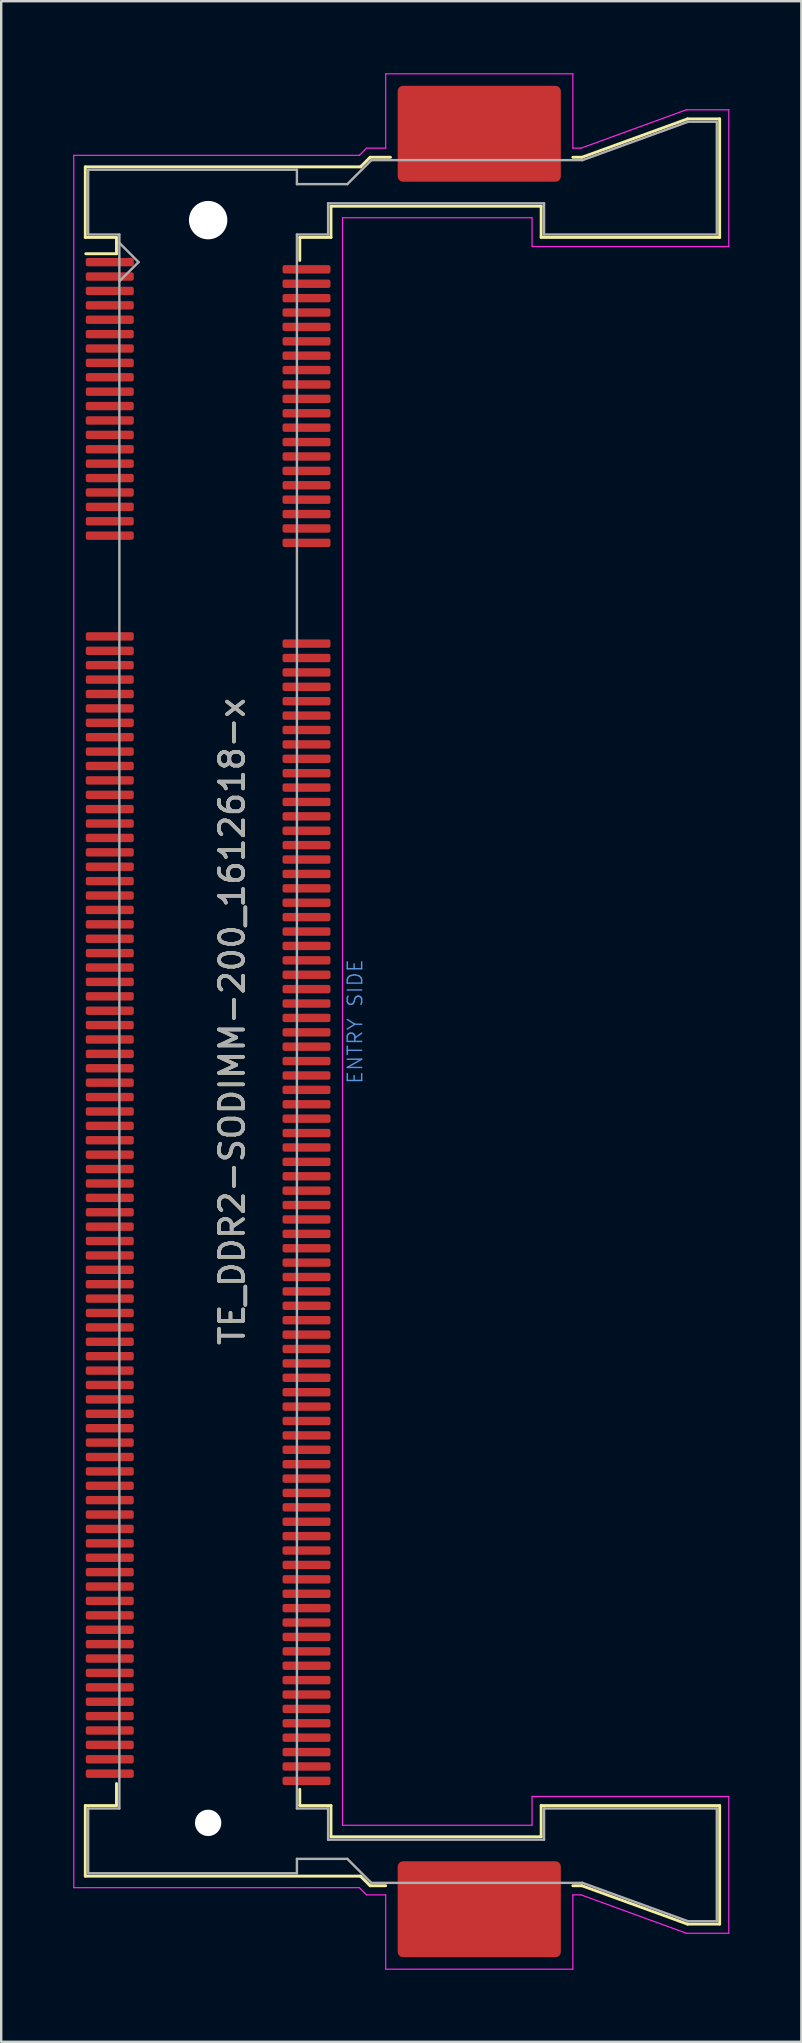
<source format=kicad_pcb>
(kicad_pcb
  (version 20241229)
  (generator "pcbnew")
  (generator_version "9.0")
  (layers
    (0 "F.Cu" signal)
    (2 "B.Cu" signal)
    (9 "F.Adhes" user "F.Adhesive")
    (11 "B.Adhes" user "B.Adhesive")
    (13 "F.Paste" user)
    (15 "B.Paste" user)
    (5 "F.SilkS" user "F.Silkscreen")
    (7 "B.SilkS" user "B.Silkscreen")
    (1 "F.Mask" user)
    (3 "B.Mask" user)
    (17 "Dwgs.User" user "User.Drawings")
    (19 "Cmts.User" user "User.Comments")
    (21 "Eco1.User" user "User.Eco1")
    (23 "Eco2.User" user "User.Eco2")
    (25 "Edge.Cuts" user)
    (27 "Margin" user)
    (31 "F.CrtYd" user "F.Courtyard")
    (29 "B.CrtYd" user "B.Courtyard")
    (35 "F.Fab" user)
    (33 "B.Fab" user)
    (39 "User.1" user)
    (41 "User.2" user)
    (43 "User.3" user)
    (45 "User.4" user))
  (footprint "TE_DDR2-SODIMM-200_1612618-x"
    (layer "F.Cu")
    (at 10.225 39.525)
    (property "Reference" "TE_DDR2-SODIMM-200_1612618-x" (at -3.6 0 90) (layer "F.SilkS") (effects (font (size 1 1) (thickness 0.15))))
    (attr smd)
    (fp_line (start -9.72 -35.62) (end 1.75 -35.62) (stroke (width 0.12) (type solid)) (layer "F.SilkS"))
    (fp_line (start -9.72 -32.68) (end -9.72 -35.62) (stroke (width 0.12) (type solid)) (layer "F.SilkS"))
    (fp_line (start -9.72 32.68) (end -9.72 35.62) (stroke (width 0.12) (type solid)) (layer "F.SilkS"))
    (fp_line (start -9.72 32.68) (end -8.42 32.68) (stroke (width 0.12) (type solid)) (layer "F.SilkS"))
    (fp_line (start -9.72 35.62) (end 1.75 35.62) (stroke (width 0.12) (type solid)) (layer "F.SilkS"))
    (fp_line (start -9.7 -32) (end -8.42 -32) (stroke (width 0.12) (type solid)) (layer "F.SilkS"))
    (fp_line (start -8.42 -32.68) (end -9.72 -32.68) (stroke (width 0.12) (type solid)) (layer "F.SilkS"))
    (fp_line (start -8.42 -32.68) (end -8.42 -32) (stroke (width 0.12) (type solid)) (layer "F.SilkS"))
    (fp_line (start -8.42 32.68) (end -8.42 31.76) (stroke (width 0.12) (type solid)) (layer "F.SilkS"))
    (fp_line (start -0.78 -32.68) (end -0.78 -31.72) (stroke (width 0.12) (type solid)) (layer "F.SilkS"))
    (fp_line (start -0.78 -32.68) (end 0.52 -32.68) (stroke (width 0.12) (type solid)) (layer "F.SilkS"))
    (fp_line (start -0.78 32.68) (end -0.78 32) (stroke (width 0.12) (type solid)) (layer "F.SilkS"))
    (fp_line (start -0.78 32.68) (end 0.52 32.68) (stroke (width 0.12) (type solid)) (layer "F.SilkS"))
    (fp_line (start 0.52 -33.98) (end 9.28 -33.98) (stroke (width 0.12) (type solid)) (layer "F.SilkS"))
    (fp_line (start 0.52 -32.68) (end 0.52 -33.98) (stroke (width 0.12) (type solid)) (layer "F.SilkS"))
    (fp_line (start 0.52 33.98) (end 0.52 32.68) (stroke (width 0.12) (type solid)) (layer "F.SilkS"))
    (fp_line (start 1.75 -35.62) (end 2.15 -36.02) (stroke (width 0.12) (type solid)) (layer "F.SilkS"))
    (fp_line (start 1.75 35.62) (end 2.15 36.02) (stroke (width 0.12) (type solid)) (layer "F.SilkS"))
    (fp_line (start 2.8 36.02) (end 2.15 36.02) (stroke (width 0.12) (type solid)) (layer "F.SilkS"))
    (fp_line (start 3 -36.02) (end 2.15 -36.02) (stroke (width 0.12) (type solid)) (layer "F.SilkS"))
    (fp_line (start 9.28 -33.98) (end 9.28 -32.68) (stroke (width 0.12) (type solid)) (layer "F.SilkS"))
    (fp_line (start 9.28 -32.68) (end 16.72 -32.68) (stroke (width 0.12) (type solid)) (layer "F.SilkS"))
    (fp_line (start 9.28 32.68) (end 9.28 33.98) (stroke (width 0.12) (type solid)) (layer "F.SilkS"))
    (fp_line (start 9.28 32.68) (end 16.72 32.68) (stroke (width 0.12) (type solid)) (layer "F.SilkS"))
    (fp_line (start 9.28 33.98) (end 0.52 33.98) (stroke (width 0.12) (type solid)) (layer "F.SilkS"))
    (fp_line (start 10.6 36.02) (end 10.98 36.02) (stroke (width 0.12) (type solid)) (layer "F.SilkS"))
    (fp_line (start 10.98 -36.02) (end 10.6 -36.02) (stroke (width 0.12) (type solid)) (layer "F.SilkS"))
    (fp_line (start 10.98 -36.02) (end 15.38 -37.62) (stroke (width 0.12) (type solid)) (layer "F.SilkS"))
    (fp_line (start 10.98 36.02) (end 15.38 37.62) (stroke (width 0.12) (type solid)) (layer "F.SilkS"))
    (fp_line (start 15.38 -37.62) (end 16.72 -37.62) (stroke (width 0.12) (type solid)) (layer "F.SilkS"))
    (fp_line (start 15.38 37.62) (end 16.72 37.62) (stroke (width 0.12) (type solid)) (layer "F.SilkS"))
    (fp_line (start 16.72 -37.62) (end 16.72 -32.68) (stroke (width 0.12) (type solid)) (layer "F.SilkS"))
    (fp_line (start 16.72 37.62) (end 16.72 32.68) (stroke (width 0.12) (type solid)) (layer "F.SilkS"))
    (fp_line (start -10.2 -36.1) (end -10.2 36.1) (stroke (width 0.05) (type solid)) (layer "F.CrtYd"))
    (fp_line (start -10.2 -36.1) (end 1.7 -36.1) (stroke (width 0.05) (type solid)) (layer "F.CrtYd"))
    (fp_line (start -10.2 36.1) (end 1.7 36.1) (stroke (width 0.05) (type solid)) (layer "F.CrtYd"))
    (fp_line (start 1 -33.5) (end 1 33.5) (stroke (width 0.05) (type solid)) (layer "F.CrtYd"))
    (fp_line (start 1.7 36.1) (end 2 36.4) (stroke (width 0.05) (type solid)) (layer "F.CrtYd"))
    (fp_line (start 2 -36.4) (end 1.7 -36.1) (stroke (width 0.05) (type solid)) (layer "F.CrtYd"))
    (fp_line (start 2.8 -39.5) (end 10.6 -39.5) (stroke (width 0.05) (type solid)) (layer "F.CrtYd"))
    (fp_line (start 2.8 -36.4) (end 2 -36.4) (stroke (width 0.05) (type solid)) (layer "F.CrtYd"))
    (fp_line (start 2.8 -36.4) (end 2.8 -39.5) (stroke (width 0.05) (type solid)) (layer "F.CrtYd"))
    (fp_line (start 2.8 36.4) (end 2 36.4) (stroke (width 0.05) (type solid)) (layer "F.CrtYd"))
    (fp_line (start 2.8 36.4) (end 2.8 39.5) (stroke (width 0.05) (type solid)) (layer "F.CrtYd"))
    (fp_line (start 2.8 39.5) (end 10.6 39.5) (stroke (width 0.05) (type solid)) (layer "F.CrtYd"))
    (fp_line (start 8.9 -33.5) (end 1 -33.5) (stroke (width 0.05) (type solid)) (layer "F.CrtYd"))
    (fp_line (start 8.9 -32.3) (end 8.9 -33.5) (stroke (width 0.05) (type solid)) (layer "F.CrtYd"))
    (fp_line (start 8.9 33.5) (end 1 33.5) (stroke (width 0.05) (type solid)) (layer "F.CrtYd"))
    (fp_line (start 8.9 33.5) (end 8.9 32.3) (stroke (width 0.05) (type solid)) (layer "F.CrtYd"))
    (fp_line (start 10.6 -36.4) (end 10.6 -39.5) (stroke (width 0.05) (type solid)) (layer "F.CrtYd"))
    (fp_line (start 10.6 36.4) (end 10.6 39.5) (stroke (width 0.05) (type solid)) (layer "F.CrtYd"))
    (fp_line (start 10.94 -36.4) (end 10.6 -36.4) (stroke (width 0.05) (type solid)) (layer "F.CrtYd"))
    (fp_line (start 10.94 -36.4) (end 15.33 -38) (stroke (width 0.05) (type solid)) (layer "F.CrtYd"))
    (fp_line (start 10.94 36.4) (end 10.6 36.4) (stroke (width 0.05) (type solid)) (layer "F.CrtYd"))
    (fp_line (start 10.94 36.4) (end 15.33 38) (stroke (width 0.05) (type solid)) (layer "F.CrtYd"))
    (fp_line (start 17.1 -38) (end 15.33 -38) (stroke (width 0.05) (type solid)) (layer "F.CrtYd"))
    (fp_line (start 17.1 -32.3) (end 8.9 -32.3) (stroke (width 0.05) (type solid)) (layer "F.CrtYd"))
    (fp_line (start 17.1 -32.3) (end 17.1 -38) (stroke (width 0.05) (type solid)) (layer "F.CrtYd"))
    (fp_line (start 17.1 32.3) (end 8.9 32.3) (stroke (width 0.05) (type solid)) (layer "F.CrtYd"))
    (fp_line (start 17.1 32.3) (end 17.1 38) (stroke (width 0.05) (type solid)) (layer "F.CrtYd"))
    (fp_line (start 17.1 38) (end 15.33 38) (stroke (width 0.05) (type solid)) (layer "F.CrtYd"))
    (fp_line (start -9.6 -35.5) (end -9.6 -32.8) (stroke (width 0.1) (type solid)) (layer "F.Fab"))
    (fp_line (start -9.6 -35.5) (end -0.9 -35.5) (stroke (width 0.1) (type solid)) (layer "F.Fab"))
    (fp_line (start -9.6 -32.8) (end -8.3 -32.8) (stroke (width 0.1) (type solid)) (layer "F.Fab"))
    (fp_line (start -9.6 32.8) (end -8.3 32.8) (stroke (width 0.1) (type solid)) (layer "F.Fab"))
    (fp_line (start -9.6 35.5) (end -9.6 32.8) (stroke (width 0.1) (type solid)) (layer "F.Fab"))
    (fp_line (start -8.3 32.8) (end -8.3 -32.8) (stroke (width 0.1) (type solid)) (layer "F.Fab"))
    (fp_line (start -7.5 -31.65) (end -8.3 -32.45) (stroke (width 0.1) (type solid)) (layer "F.Fab"))
    (fp_line (start -7.5 -31.65) (end -8.3 -30.85) (stroke (width 0.1) (type solid)) (layer "F.Fab"))
    (fp_line (start -0.9 -35.5) (end -0.9 -34.9) (stroke (width 0.1) (type solid)) (layer "F.Fab"))
    (fp_line (start -0.9 -32.8) (end -0.9 32.8) (stroke (width 0.1) (type solid)) (layer "F.Fab"))
    (fp_line (start -0.9 -32.8) (end 0.4 -32.8) (stroke (width 0.1) (type solid)) (layer "F.Fab"))
    (fp_line (start -0.9 34.9) (end -0.9 35.5) (stroke (width 0.1) (type solid)) (layer "F.Fab"))
    (fp_line (start -0.9 34.9) (end 1.2 34.9) (stroke (width 0.1) (type solid)) (layer "F.Fab"))
    (fp_line (start -0.9 35.5) (end -9.6 35.5) (stroke (width 0.1) (type solid)) (layer "F.Fab"))
    (fp_line (start 0.4 -34.1) (end 9.4 -34.1) (stroke (width 0.1) (type solid)) (layer "F.Fab"))
    (fp_line (start 0.4 -32.8) (end 0.4 -34.1) (stroke (width 0.1) (type solid)) (layer "F.Fab"))
    (fp_line (start 0.4 32.8) (end -0.9 32.8) (stroke (width 0.1) (type solid)) (layer "F.Fab"))
    (fp_line (start 0.4 34.1) (end 0.4 32.8) (stroke (width 0.1) (type solid)) (layer "F.Fab"))
    (fp_line (start 0.4 34.1) (end 9.4 34.1) (stroke (width 0.1) (type solid)) (layer "F.Fab"))
    (fp_line (start 1.2 -34.9) (end -0.9 -34.9) (stroke (width 0.1) (type solid)) (layer "F.Fab"))
    (fp_line (start 1.2 -34.9) (end 2.2 -35.9) (stroke (width 0.1) (type solid)) (layer "F.Fab"))
    (fp_line (start 1.2 34.9) (end 2.2 35.9) (stroke (width 0.1) (type solid)) (layer "F.Fab"))
    (fp_line (start 9.4 -34.1) (end 9.4 -32.8) (stroke (width 0.1) (type solid)) (layer "F.Fab"))
    (fp_line (start 9.4 -32.8) (end 16.6 -32.8) (stroke (width 0.1) (type solid)) (layer "F.Fab"))
    (fp_line (start 9.4 32.8) (end 16.6 32.8) (stroke (width 0.1) (type solid)) (layer "F.Fab"))
    (fp_line (start 9.4 34.1) (end 9.4 32.8) (stroke (width 0.1) (type solid)) (layer "F.Fab"))
    (fp_line (start 11 -35.9) (end 2.2 -35.9) (stroke (width 0.1) (type solid)) (layer "F.Fab"))
    (fp_line (start 11 -35.9) (end 15.4 -37.5) (stroke (width 0.1) (type solid)) (layer "F.Fab"))
    (fp_line (start 11 35.9) (end 2.2 35.9) (stroke (width 0.1) (type solid)) (layer "F.Fab"))
    (fp_line (start 11 35.9) (end 15.4 37.5) (stroke (width 0.1) (type solid)) (layer "F.Fab"))
    (fp_line (start 16.6 -37.5) (end 15.4 -37.5) (stroke (width 0.1) (type solid)) (layer "F.Fab"))
    (fp_line (start 16.6 -37.5) (end 16.6 -32.8) (stroke (width 0.1) (type solid)) (layer "F.Fab"))
    (fp_line (start 16.6 37.5) (end 15.4 37.5) (stroke (width 0.1) (type solid)) (layer "F.Fab"))
    (fp_line (start 16.6 37.5) (end 16.6 32.8) (stroke (width 0.1) (type solid)) (layer "F.Fab"))
    (fp_text user "ENTRY SIDE" (at 1.524 0 90) (layer "Cmts.User") (effects (font (size 0.6 0.6) (thickness 0.06))))
    (fp_text user "${REFERENCE}" (at -3.6 0 90) (layer "F.Fab") (effects (font (size 1 1) (thickness 0.15))))
    (pad "" np_thru_hole circle (at -4.6 -33.4) (size 1.6 1.6) (drill 1.6) (layers "*.Cu"))
    (pad "" np_thru_hole circle (at -4.6 33.4) (size 1.1 1.1) (drill 1.1) (layers "*.Cu"))
    (pad "" smd roundrect (at 6.7 -37) (size 6.8 4) (layers "F.Cu" "F.Mask" "F.Paste") (roundrect_rratio 0.056))
    (pad "" smd roundrect (at 6.7 37) (size 6.8 4) (layers "F.Cu" "F.Mask" "F.Paste") (roundrect_rratio 0.056))
    (pad "1" smd roundrect (at -8.7 -31.65) (size 2 0.35) (layers "F.Cu" "F.Mask" "F.Paste") (roundrect_rratio 0.25))
    (pad "2" smd roundrect (at -0.5 -31.35) (size 2 0.35) (layers "F.Cu" "F.Mask" "F.Paste") (roundrect_rratio 0.25))
    (pad "3" smd roundrect (at -8.7 -31.05) (size 2 0.35) (layers "F.Cu" "F.Mask" "F.Paste") (roundrect_rratio 0.25))
    (pad "4" smd roundrect (at -0.5 -30.75) (size 2 0.35) (layers "F.Cu" "F.Mask" "F.Paste") (roundrect_rratio 0.25))
    (pad "5" smd roundrect (at -8.7 -30.45) (size 2 0.35) (layers "F.Cu" "F.Mask" "F.Paste") (roundrect_rratio 0.25))
    (pad "6" smd roundrect (at -0.5 -30.15) (size 2 0.35) (layers "F.Cu" "F.Mask" "F.Paste") (roundrect_rratio 0.25))
    (pad "7" smd roundrect (at -8.7 -29.85) (size 2 0.35) (layers "F.Cu" "F.Mask" "F.Paste") (roundrect_rratio 0.25))
    (pad "8" smd roundrect (at -0.5 -29.55) (size 2 0.35) (layers "F.Cu" "F.Mask" "F.Paste") (roundrect_rratio 0.25))
    (pad "9" smd roundrect (at -8.7 -29.25) (size 2 0.35) (layers "F.Cu" "F.Mask" "F.Paste") (roundrect_rratio 0.25))
    (pad "10" smd roundrect (at -0.5 -28.95) (size 2 0.35) (layers "F.Cu" "F.Mask" "F.Paste") (roundrect_rratio 0.25))
    (pad "11" smd roundrect (at -8.7 -28.65) (size 2 0.35) (layers "F.Cu" "F.Mask" "F.Paste") (roundrect_rratio 0.25))
    (pad "12" smd roundrect (at -0.5 -28.35) (size 2 0.35) (layers "F.Cu" "F.Mask" "F.Paste") (roundrect_rratio 0.25))
    (pad "13" smd roundrect (at -8.7 -28.05) (size 2 0.35) (layers "F.Cu" "F.Mask" "F.Paste") (roundrect_rratio 0.25))
    (pad "14" smd roundrect (at -0.5 -27.75) (size 2 0.35) (layers "F.Cu" "F.Mask" "F.Paste") (roundrect_rratio 0.25))
    (pad "15" smd roundrect (at -8.7 -27.45) (size 2 0.35) (layers "F.Cu" "F.Mask" "F.Paste") (roundrect_rratio 0.25))
    (pad "16" smd roundrect (at -0.5 -27.15) (size 2 0.35) (layers "F.Cu" "F.Mask" "F.Paste") (roundrect_rratio 0.25))
    (pad "17" smd roundrect (at -8.7 -26.85) (size 2 0.35) (layers "F.Cu" "F.Mask" "F.Paste") (roundrect_rratio 0.25))
    (pad "18" smd roundrect (at -0.5 -26.55) (size 2 0.35) (layers "F.Cu" "F.Mask" "F.Paste") (roundrect_rratio 0.25))
    (pad "19" smd roundrect (at -8.7 -26.25) (size 2 0.35) (layers "F.Cu" "F.Mask" "F.Paste") (roundrect_rratio 0.25))
    (pad "20" smd roundrect (at -0.5 -25.95) (size 2 0.35) (layers "F.Cu" "F.Mask" "F.Paste") (roundrect_rratio 0.25))
    (pad "21" smd roundrect (at -8.7 -25.65) (size 2 0.35) (layers "F.Cu" "F.Mask" "F.Paste") (roundrect_rratio 0.25))
    (pad "22" smd roundrect (at -0.5 -25.35) (size 2 0.35) (layers "F.Cu" "F.Mask" "F.Paste") (roundrect_rratio 0.25))
    (pad "23" smd roundrect (at -8.7 -25.05) (size 2 0.35) (layers "F.Cu" "F.Mask" "F.Paste") (roundrect_rratio 0.25))
    (pad "24" smd roundrect (at -0.5 -24.75) (size 2 0.35) (layers "F.Cu" "F.Mask" "F.Paste") (roundrect_rratio 0.25))
    (pad "25" smd roundrect (at -8.7 -24.45) (size 2 0.35) (layers "F.Cu" "F.Mask" "F.Paste") (roundrect_rratio 0.25))
    (pad "26" smd roundrect (at -0.5 -24.15) (size 2 0.35) (layers "F.Cu" "F.Mask" "F.Paste") (roundrect_rratio 0.25))
    (pad "27" smd roundrect (at -8.7 -23.85) (size 2 0.35) (layers "F.Cu" "F.Mask" "F.Paste") (roundrect_rratio 0.25))
    (pad "28" smd roundrect (at -0.5 -23.55) (size 2 0.35) (layers "F.Cu" "F.Mask" "F.Paste") (roundrect_rratio 0.25))
    (pad "29" smd roundrect (at -8.7 -23.25) (size 2 0.35) (layers "F.Cu" "F.Mask" "F.Paste") (roundrect_rratio 0.25))
    (pad "30" smd roundrect (at -0.5 -22.95) (size 2 0.35) (layers "F.Cu" "F.Mask" "F.Paste") (roundrect_rratio 0.25))
    (pad "31" smd roundrect (at -8.7 -22.65) (size 2 0.35) (layers "F.Cu" "F.Mask" "F.Paste") (roundrect_rratio 0.25))
    (pad "32" smd roundrect (at -0.5 -22.35) (size 2 0.35) (layers "F.Cu" "F.Mask" "F.Paste") (roundrect_rratio 0.25))
    (pad "33" smd roundrect (at -8.7 -22.05) (size 2 0.35) (layers "F.Cu" "F.Mask" "F.Paste") (roundrect_rratio 0.25))
    (pad "34" smd roundrect (at -0.5 -21.75) (size 2 0.35) (layers "F.Cu" "F.Mask" "F.Paste") (roundrect_rratio 0.25))
    (pad "35" smd roundrect (at -8.7 -21.45) (size 2 0.35) (layers "F.Cu" "F.Mask" "F.Paste") (roundrect_rratio 0.25))
    (pad "36" smd roundrect (at -0.5 -21.15) (size 2 0.35) (layers "F.Cu" "F.Mask" "F.Paste") (roundrect_rratio 0.25))
    (pad "37" smd roundrect (at -8.7 -20.85) (size 2 0.35) (layers "F.Cu" "F.Mask" "F.Paste") (roundrect_rratio 0.25))
    (pad "38" smd roundrect (at -0.5 -20.55) (size 2 0.35) (layers "F.Cu" "F.Mask" "F.Paste") (roundrect_rratio 0.25))
    (pad "39" smd roundrect (at -8.7 -20.25) (size 2 0.35) (layers "F.Cu" "F.Mask" "F.Paste") (roundrect_rratio 0.25))
    (pad "40" smd roundrect (at -0.5 -19.95) (size 2 0.35) (layers "F.Cu" "F.Mask" "F.Paste") (roundrect_rratio 0.25))
    (pad "41" smd roundrect (at -8.7 -16.05) (size 2 0.35) (layers "F.Cu" "F.Mask" "F.Paste") (roundrect_rratio 0.25))
    (pad "42" smd roundrect (at -0.5 -15.75) (size 2 0.35) (layers "F.Cu" "F.Mask" "F.Paste") (roundrect_rratio 0.25))
    (pad "43" smd roundrect (at -8.7 -15.45) (size 2 0.35) (layers "F.Cu" "F.Mask" "F.Paste") (roundrect_rratio 0.25))
    (pad "44" smd roundrect (at -0.5 -15.15) (size 2 0.35) (layers "F.Cu" "F.Mask" "F.Paste") (roundrect_rratio 0.25))
    (pad "45" smd roundrect (at -8.7 -14.85) (size 2 0.35) (layers "F.Cu" "F.Mask" "F.Paste") (roundrect_rratio 0.25))
    (pad "46" smd roundrect (at -0.5 -14.55) (size 2 0.35) (layers "F.Cu" "F.Mask" "F.Paste") (roundrect_rratio 0.25))
    (pad "47" smd roundrect (at -8.7 -14.25) (size 2 0.35) (layers "F.Cu" "F.Mask" "F.Paste") (roundrect_rratio 0.25))
    (pad "48" smd roundrect (at -0.5 -13.95) (size 2 0.35) (layers "F.Cu" "F.Mask" "F.Paste") (roundrect_rratio 0.25))
    (pad "49" smd roundrect (at -8.7 -13.65) (size 2 0.35) (layers "F.Cu" "F.Mask" "F.Paste") (roundrect_rratio 0.25))
    (pad "50" smd roundrect (at -0.5 -13.35) (size 2 0.35) (layers "F.Cu" "F.Mask" "F.Paste") (roundrect_rratio 0.25))
    (pad "51" smd roundrect (at -8.7 -13.05) (size 2 0.35) (layers "F.Cu" "F.Mask" "F.Paste") (roundrect_rratio 0.25))
    (pad "52" smd roundrect (at -0.5 -12.75) (size 2 0.35) (layers "F.Cu" "F.Mask" "F.Paste") (roundrect_rratio 0.25))
    (pad "53" smd roundrect (at -8.7 -12.45) (size 2 0.35) (layers "F.Cu" "F.Mask" "F.Paste") (roundrect_rratio 0.25))
    (pad "54" smd roundrect (at -0.5 -12.15) (size 2 0.35) (layers "F.Cu" "F.Mask" "F.Paste") (roundrect_rratio 0.25))
    (pad "55" smd roundrect (at -8.7 -11.85) (size 2 0.35) (layers "F.Cu" "F.Mask" "F.Paste") (roundrect_rratio 0.25))
    (pad "56" smd roundrect (at -0.5 -11.55) (size 2 0.35) (layers "F.Cu" "F.Mask" "F.Paste") (roundrect_rratio 0.25))
    (pad "57" smd roundrect (at -8.7 -11.25) (size 2 0.35) (layers "F.Cu" "F.Mask" "F.Paste") (roundrect_rratio 0.25))
    (pad "58" smd roundrect (at -0.5 -10.95) (size 2 0.35) (layers "F.Cu" "F.Mask" "F.Paste") (roundrect_rratio 0.25))
    (pad "59" smd roundrect (at -8.7 -10.65) (size 2 0.35) (layers "F.Cu" "F.Mask" "F.Paste") (roundrect_rratio 0.25))
    (pad "60" smd roundrect (at -0.5 -10.35) (size 2 0.35) (layers "F.Cu" "F.Mask" "F.Paste") (roundrect_rratio 0.25))
    (pad "61" smd roundrect (at -8.7 -10.05) (size 2 0.35) (layers "F.Cu" "F.Mask" "F.Paste") (roundrect_rratio 0.25))
    (pad "62" smd roundrect (at -0.5 -9.75) (size 2 0.35) (layers "F.Cu" "F.Mask" "F.Paste") (roundrect_rratio 0.25))
    (pad "63" smd roundrect (at -8.7 -9.45) (size 2 0.35) (layers "F.Cu" "F.Mask" "F.Paste") (roundrect_rratio 0.25))
    (pad "64" smd roundrect (at -0.5 -9.15) (size 2 0.35) (layers "F.Cu" "F.Mask" "F.Paste") (roundrect_rratio 0.25))
    (pad "65" smd roundrect (at -8.7 -8.85) (size 2 0.35) (layers "F.Cu" "F.Mask" "F.Paste") (roundrect_rratio 0.25))
    (pad "66" smd roundrect (at -0.5 -8.55) (size 2 0.35) (layers "F.Cu" "F.Mask" "F.Paste") (roundrect_rratio 0.25))
    (pad "67" smd roundrect (at -8.7 -8.25) (size 2 0.35) (layers "F.Cu" "F.Mask" "F.Paste") (roundrect_rratio 0.25))
    (pad "68" smd roundrect (at -0.5 -7.95) (size 2 0.35) (layers "F.Cu" "F.Mask" "F.Paste") (roundrect_rratio 0.25))
    (pad "69" smd roundrect (at -8.7 -7.65) (size 2 0.35) (layers "F.Cu" "F.Mask" "F.Paste") (roundrect_rratio 0.25))
    (pad "70" smd roundrect (at -0.5 -7.35) (size 2 0.35) (layers "F.Cu" "F.Mask" "F.Paste") (roundrect_rratio 0.25))
    (pad "71" smd roundrect (at -8.7 -7.05) (size 2 0.35) (layers "F.Cu" "F.Mask" "F.Paste") (roundrect_rratio 0.25))
    (pad "72" smd roundrect (at -0.5 -6.75) (size 2 0.35) (layers "F.Cu" "F.Mask" "F.Paste") (roundrect_rratio 0.25))
    (pad "73" smd roundrect (at -8.7 -6.45) (size 2 0.35) (layers "F.Cu" "F.Mask" "F.Paste") (roundrect_rratio 0.25))
    (pad "74" smd roundrect (at -0.5 -6.15) (size 2 0.35) (layers "F.Cu" "F.Mask" "F.Paste") (roundrect_rratio 0.25))
    (pad "75" smd roundrect (at -8.7 -5.85) (size 2 0.35) (layers "F.Cu" "F.Mask" "F.Paste") (roundrect_rratio 0.25))
    (pad "76" smd roundrect (at -0.5 -5.55) (size 2 0.35) (layers "F.Cu" "F.Mask" "F.Paste") (roundrect_rratio 0.25))
    (pad "77" smd roundrect (at -8.7 -5.25) (size 2 0.35) (layers "F.Cu" "F.Mask" "F.Paste") (roundrect_rratio 0.25))
    (pad "78" smd roundrect (at -0.5 -4.95) (size 2 0.35) (layers "F.Cu" "F.Mask" "F.Paste") (roundrect_rratio 0.25))
    (pad "79" smd roundrect (at -8.7 -4.65) (size 2 0.35) (layers "F.Cu" "F.Mask" "F.Paste") (roundrect_rratio 0.25))
    (pad "80" smd roundrect (at -0.5 -4.35) (size 2 0.35) (layers "F.Cu" "F.Mask" "F.Paste") (roundrect_rratio 0.25))
    (pad "81" smd roundrect (at -8.7 -4.05) (size 2 0.35) (layers "F.Cu" "F.Mask" "F.Paste") (roundrect_rratio 0.25))
    (pad "82" smd roundrect (at -0.5 -3.75) (size 2 0.35) (layers "F.Cu" "F.Mask" "F.Paste") (roundrect_rratio 0.25))
    (pad "83" smd roundrect (at -8.7 -3.45) (size 2 0.35) (layers "F.Cu" "F.Mask" "F.Paste") (roundrect_rratio 0.25))
    (pad "84" smd roundrect (at -0.5 -3.15) (size 2 0.35) (layers "F.Cu" "F.Mask" "F.Paste") (roundrect_rratio 0.25))
    (pad "85" smd roundrect (at -8.7 -2.85) (size 2 0.35) (layers "F.Cu" "F.Mask" "F.Paste") (roundrect_rratio 0.25))
    (pad "86" smd roundrect (at -0.5 -2.55) (size 2 0.35) (layers "F.Cu" "F.Mask" "F.Paste") (roundrect_rratio 0.25))
    (pad "87" smd roundrect (at -8.7 -2.25) (size 2 0.35) (layers "F.Cu" "F.Mask" "F.Paste") (roundrect_rratio 0.25))
    (pad "88" smd roundrect (at -0.5 -1.95) (size 2 0.35) (layers "F.Cu" "F.Mask" "F.Paste") (roundrect_rratio 0.25))
    (pad "89" smd roundrect (at -8.7 -1.65) (size 2 0.35) (layers "F.Cu" "F.Mask" "F.Paste") (roundrect_rratio 0.25))
    (pad "90" smd roundrect (at -0.5 -1.35) (size 2 0.35) (layers "F.Cu" "F.Mask" "F.Paste") (roundrect_rratio 0.25))
    (pad "91" smd roundrect (at -8.7 -1.05) (size 2 0.35) (layers "F.Cu" "F.Mask" "F.Paste") (roundrect_rratio 0.25))
    (pad "92" smd roundrect (at -0.5 -0.75) (size 2 0.35) (layers "F.Cu" "F.Mask" "F.Paste") (roundrect_rratio 0.25))
    (pad "93" smd roundrect (at -8.7 -0.45) (size 2 0.35) (layers "F.Cu" "F.Mask" "F.Paste") (roundrect_rratio 0.25))
    (pad "94" smd roundrect (at -0.5 -0.15) (size 2 0.35) (layers "F.Cu" "F.Mask" "F.Paste") (roundrect_rratio 0.25))
    (pad "95" smd roundrect (at -8.7 0.15) (size 2 0.35) (layers "F.Cu" "F.Mask" "F.Paste") (roundrect_rratio 0.25))
    (pad "96" smd roundrect (at -0.5 0.45) (size 2 0.35) (layers "F.Cu" "F.Mask" "F.Paste") (roundrect_rratio 0.25))
    (pad "97" smd roundrect (at -8.7 0.75) (size 2 0.35) (layers "F.Cu" "F.Mask" "F.Paste") (roundrect_rratio 0.25))
    (pad "98" smd roundrect (at -0.5 1.05) (size 2 0.35) (layers "F.Cu" "F.Mask" "F.Paste") (roundrect_rratio 0.25))
    (pad "99" smd roundrect (at -8.7 1.35) (size 2 0.35) (layers "F.Cu" "F.Mask" "F.Paste") (roundrect_rratio 0.25))
    (pad "100" smd roundrect (at -0.5 1.65) (size 2 0.35) (layers "F.Cu" "F.Mask" "F.Paste") (roundrect_rratio 0.25))
    (pad "101" smd roundrect (at -8.7 1.95) (size 2 0.35) (layers "F.Cu" "F.Mask" "F.Paste") (roundrect_rratio 0.25))
    (pad "102" smd roundrect (at -0.5 2.25) (size 2 0.35) (layers "F.Cu" "F.Mask" "F.Paste") (roundrect_rratio 0.25))
    (pad "103" smd roundrect (at -8.7 2.55) (size 2 0.35) (layers "F.Cu" "F.Mask" "F.Paste") (roundrect_rratio 0.25))
    (pad "104" smd roundrect (at -0.5 2.85) (size 2 0.35) (layers "F.Cu" "F.Mask" "F.Paste") (roundrect_rratio 0.25))
    (pad "105" smd roundrect (at -8.7 3.15) (size 2 0.35) (layers "F.Cu" "F.Mask" "F.Paste") (roundrect_rratio 0.25))
    (pad "106" smd roundrect (at -0.5 3.45) (size 2 0.35) (layers "F.Cu" "F.Mask" "F.Paste") (roundrect_rratio 0.25))
    (pad "107" smd roundrect (at -8.7 3.75) (size 2 0.35) (layers "F.Cu" "F.Mask" "F.Paste") (roundrect_rratio 0.25))
    (pad "108" smd roundrect (at -0.5 4.05) (size 2 0.35) (layers "F.Cu" "F.Mask" "F.Paste") (roundrect_rratio 0.25))
    (pad "109" smd roundrect (at -8.7 4.35) (size 2 0.35) (layers "F.Cu" "F.Mask" "F.Paste") (roundrect_rratio 0.25))
    (pad "110" smd roundrect (at -0.5 4.65) (size 2 0.35) (layers "F.Cu" "F.Mask" "F.Paste") (roundrect_rratio 0.25))
    (pad "111" smd roundrect (at -8.7 4.95) (size 2 0.35) (layers "F.Cu" "F.Mask" "F.Paste") (roundrect_rratio 0.25))
    (pad "112" smd roundrect (at -0.5 5.25) (size 2 0.35) (layers "F.Cu" "F.Mask" "F.Paste") (roundrect_rratio 0.25))
    (pad "113" smd roundrect (at -8.7 5.55) (size 2 0.35) (layers "F.Cu" "F.Mask" "F.Paste") (roundrect_rratio 0.25))
    (pad "114" smd roundrect (at -0.5 5.85) (size 2 0.35) (layers "F.Cu" "F.Mask" "F.Paste") (roundrect_rratio 0.25))
    (pad "115" smd roundrect (at -8.7 6.15) (size 2 0.35) (layers "F.Cu" "F.Mask" "F.Paste") (roundrect_rratio 0.25))
    (pad "116" smd roundrect (at -0.5 6.45) (size 2 0.35) (layers "F.Cu" "F.Mask" "F.Paste") (roundrect_rratio 0.25))
    (pad "117" smd roundrect (at -8.7 6.75) (size 2 0.35) (layers "F.Cu" "F.Mask" "F.Paste") (roundrect_rratio 0.25))
    (pad "118" smd roundrect (at -0.5 7.05) (size 2 0.35) (layers "F.Cu" "F.Mask" "F.Paste") (roundrect_rratio 0.25))
    (pad "119" smd roundrect (at -8.7 7.35) (size 2 0.35) (layers "F.Cu" "F.Mask" "F.Paste") (roundrect_rratio 0.25))
    (pad "120" smd roundrect (at -0.5 7.65) (size 2 0.35) (layers "F.Cu" "F.Mask" "F.Paste") (roundrect_rratio 0.25))
    (pad "121" smd roundrect (at -8.7 7.95) (size 2 0.35) (layers "F.Cu" "F.Mask" "F.Paste") (roundrect_rratio 0.25))
    (pad "122" smd roundrect (at -0.5 8.25) (size 2 0.35) (layers "F.Cu" "F.Mask" "F.Paste") (roundrect_rratio 0.25))
    (pad "123" smd roundrect (at -8.7 8.55) (size 2 0.35) (layers "F.Cu" "F.Mask" "F.Paste") (roundrect_rratio 0.25))
    (pad "124" smd roundrect (at -0.5 8.85) (size 2 0.35) (layers "F.Cu" "F.Mask" "F.Paste") (roundrect_rratio 0.25))
    (pad "125" smd roundrect (at -8.7 9.15) (size 2 0.35) (layers "F.Cu" "F.Mask" "F.Paste") (roundrect_rratio 0.25))
    (pad "126" smd roundrect (at -0.5 9.45) (size 2 0.35) (layers "F.Cu" "F.Mask" "F.Paste") (roundrect_rratio 0.25))
    (pad "127" smd roundrect (at -8.7 9.75) (size 2 0.35) (layers "F.Cu" "F.Mask" "F.Paste") (roundrect_rratio 0.25))
    (pad "128" smd roundrect (at -0.5 10.05) (size 2 0.35) (layers "F.Cu" "F.Mask" "F.Paste") (roundrect_rratio 0.25))
    (pad "129" smd roundrect (at -8.7 10.35) (size 2 0.35) (layers "F.Cu" "F.Mask" "F.Paste") (roundrect_rratio 0.25))
    (pad "130" smd roundrect (at -0.5 10.65) (size 2 0.35) (layers "F.Cu" "F.Mask" "F.Paste") (roundrect_rratio 0.25))
    (pad "131" smd roundrect (at -8.7 10.95) (size 2 0.35) (layers "F.Cu" "F.Mask" "F.Paste") (roundrect_rratio 0.25))
    (pad "132" smd roundrect (at -0.5 11.25) (size 2 0.35) (layers "F.Cu" "F.Mask" "F.Paste") (roundrect_rratio 0.25))
    (pad "133" smd roundrect (at -8.7 11.55) (size 2 0.35) (layers "F.Cu" "F.Mask" "F.Paste") (roundrect_rratio 0.25))
    (pad "134" smd roundrect (at -0.5 11.85) (size 2 0.35) (layers "F.Cu" "F.Mask" "F.Paste") (roundrect_rratio 0.25))
    (pad "135" smd roundrect (at -8.7 12.15) (size 2 0.35) (layers "F.Cu" "F.Mask" "F.Paste") (roundrect_rratio 0.25))
    (pad "136" smd roundrect (at -0.5 12.45) (size 2 0.35) (layers "F.Cu" "F.Mask" "F.Paste") (roundrect_rratio 0.25))
    (pad "137" smd roundrect (at -8.7 12.75) (size 2 0.35) (layers "F.Cu" "F.Mask" "F.Paste") (roundrect_rratio 0.25))
    (pad "138" smd roundrect (at -0.5 13.05) (size 2 0.35) (layers "F.Cu" "F.Mask" "F.Paste") (roundrect_rratio 0.25))
    (pad "139" smd roundrect (at -8.7 13.35) (size 2 0.35) (layers "F.Cu" "F.Mask" "F.Paste") (roundrect_rratio 0.25))
    (pad "140" smd roundrect (at -0.5 13.65) (size 2 0.35) (layers "F.Cu" "F.Mask" "F.Paste") (roundrect_rratio 0.25))
    (pad "141" smd roundrect (at -8.7 13.95) (size 2 0.35) (layers "F.Cu" "F.Mask" "F.Paste") (roundrect_rratio 0.25))
    (pad "142" smd roundrect (at -0.5 14.25) (size 2 0.35) (layers "F.Cu" "F.Mask" "F.Paste") (roundrect_rratio 0.25))
    (pad "143" smd roundrect (at -8.7 14.55) (size 2 0.35) (layers "F.Cu" "F.Mask" "F.Paste") (roundrect_rratio 0.25))
    (pad "144" smd roundrect (at -0.5 14.85) (size 2 0.35) (layers "F.Cu" "F.Mask" "F.Paste") (roundrect_rratio 0.25))
    (pad "145" smd roundrect (at -8.7 15.15) (size 2 0.35) (layers "F.Cu" "F.Mask" "F.Paste") (roundrect_rratio 0.25))
    (pad "146" smd roundrect (at -0.5 15.45) (size 2 0.35) (layers "F.Cu" "F.Mask" "F.Paste") (roundrect_rratio 0.25))
    (pad "147" smd roundrect (at -8.7 15.75) (size 2 0.35) (layers "F.Cu" "F.Mask" "F.Paste") (roundrect_rratio 0.25))
    (pad "148" smd roundrect (at -0.5 16.05) (size 2 0.35) (layers "F.Cu" "F.Mask" "F.Paste") (roundrect_rratio 0.25))
    (pad "149" smd roundrect (at -8.7 16.35) (size 2 0.35) (layers "F.Cu" "F.Mask" "F.Paste") (roundrect_rratio 0.25))
    (pad "150" smd roundrect (at -0.5 16.65) (size 2 0.35) (layers "F.Cu" "F.Mask" "F.Paste") (roundrect_rratio 0.25))
    (pad "151" smd roundrect (at -8.7 16.95) (size 2 0.35) (layers "F.Cu" "F.Mask" "F.Paste") (roundrect_rratio 0.25))
    (pad "152" smd roundrect (at -0.5 17.25) (size 2 0.35) (layers "F.Cu" "F.Mask" "F.Paste") (roundrect_rratio 0.25))
    (pad "153" smd roundrect (at -8.7 17.55) (size 2 0.35) (layers "F.Cu" "F.Mask" "F.Paste") (roundrect_rratio 0.25))
    (pad "154" smd roundrect (at -0.5 17.85) (size 2 0.35) (layers "F.Cu" "F.Mask" "F.Paste") (roundrect_rratio 0.25))
    (pad "155" smd roundrect (at -8.7 18.15) (size 2 0.35) (layers "F.Cu" "F.Mask" "F.Paste") (roundrect_rratio 0.25))
    (pad "156" smd roundrect (at -0.5 18.45) (size 2 0.35) (layers "F.Cu" "F.Mask" "F.Paste") (roundrect_rratio 0.25))
    (pad "157" smd roundrect (at -8.7 18.75) (size 2 0.35) (layers "F.Cu" "F.Mask" "F.Paste") (roundrect_rratio 0.25))
    (pad "158" smd roundrect (at -0.5 19.05) (size 2 0.35) (layers "F.Cu" "F.Mask" "F.Paste") (roundrect_rratio 0.25))
    (pad "159" smd roundrect (at -8.7 19.35) (size 2 0.35) (layers "F.Cu" "F.Mask" "F.Paste") (roundrect_rratio 0.25))
    (pad "160" smd roundrect (at -0.5 19.65) (size 2 0.35) (layers "F.Cu" "F.Mask" "F.Paste") (roundrect_rratio 0.25))
    (pad "161" smd roundrect (at -8.7 19.95) (size 2 0.35) (layers "F.Cu" "F.Mask" "F.Paste") (roundrect_rratio 0.25))
    (pad "162" smd roundrect (at -0.5 20.25) (size 2 0.35) (layers "F.Cu" "F.Mask" "F.Paste") (roundrect_rratio 0.25))
    (pad "163" smd roundrect (at -8.7 20.55) (size 2 0.35) (layers "F.Cu" "F.Mask" "F.Paste") (roundrect_rratio 0.25))
    (pad "164" smd roundrect (at -0.5 20.85) (size 2 0.35) (layers "F.Cu" "F.Mask" "F.Paste") (roundrect_rratio 0.25))
    (pad "165" smd roundrect (at -8.7 21.15) (size 2 0.35) (layers "F.Cu" "F.Mask" "F.Paste") (roundrect_rratio 0.25))
    (pad "166" smd roundrect (at -0.5 21.45) (size 2 0.35) (layers "F.Cu" "F.Mask" "F.Paste") (roundrect_rratio 0.25))
    (pad "167" smd roundrect (at -8.7 21.75) (size 2 0.35) (layers "F.Cu" "F.Mask" "F.Paste") (roundrect_rratio 0.25))
    (pad "168" smd roundrect (at -0.5 22.05) (size 2 0.35) (layers "F.Cu" "F.Mask" "F.Paste") (roundrect_rratio 0.25))
    (pad "169" smd roundrect (at -8.7 22.35) (size 2 0.35) (layers "F.Cu" "F.Mask" "F.Paste") (roundrect_rratio 0.25))
    (pad "170" smd roundrect (at -0.5 22.65) (size 2 0.35) (layers "F.Cu" "F.Mask" "F.Paste") (roundrect_rratio 0.25))
    (pad "171" smd roundrect (at -8.7 22.95) (size 2 0.35) (layers "F.Cu" "F.Mask" "F.Paste") (roundrect_rratio 0.25))
    (pad "172" smd roundrect (at -0.5 23.25) (size 2 0.35) (layers "F.Cu" "F.Mask" "F.Paste") (roundrect_rratio 0.25))
    (pad "173" smd roundrect (at -8.7 23.55) (size 2 0.35) (layers "F.Cu" "F.Mask" "F.Paste") (roundrect_rratio 0.25))
    (pad "174" smd roundrect (at -0.5 23.85) (size 2 0.35) (layers "F.Cu" "F.Mask" "F.Paste") (roundrect_rratio 0.25))
    (pad "175" smd roundrect (at -8.7 24.15) (size 2 0.35) (layers "F.Cu" "F.Mask" "F.Paste") (roundrect_rratio 0.25))
    (pad "176" smd roundrect (at -0.5 24.45) (size 2 0.35) (layers "F.Cu" "F.Mask" "F.Paste") (roundrect_rratio 0.25))
    (pad "177" smd roundrect (at -8.7 24.75) (size 2 0.35) (layers "F.Cu" "F.Mask" "F.Paste") (roundrect_rratio 0.25))
    (pad "178" smd roundrect (at -0.5 25.05) (size 2 0.35) (layers "F.Cu" "F.Mask" "F.Paste") (roundrect_rratio 0.25))
    (pad "179" smd roundrect (at -8.7 25.35) (size 2 0.35) (layers "F.Cu" "F.Mask" "F.Paste") (roundrect_rratio 0.25))
    (pad "180" smd roundrect (at -0.5 25.65) (size 2 0.35) (layers "F.Cu" "F.Mask" "F.Paste") (roundrect_rratio 0.25))
    (pad "181" smd roundrect (at -8.7 25.95) (size 2 0.35) (layers "F.Cu" "F.Mask" "F.Paste") (roundrect_rratio 0.25))
    (pad "182" smd roundrect (at -0.5 26.25) (size 2 0.35) (layers "F.Cu" "F.Mask" "F.Paste") (roundrect_rratio 0.25))
    (pad "183" smd roundrect (at -8.7 26.55) (size 2 0.35) (layers "F.Cu" "F.Mask" "F.Paste") (roundrect_rratio 0.25))
    (pad "184" smd roundrect (at -0.5 26.85) (size 2 0.35) (layers "F.Cu" "F.Mask" "F.Paste") (roundrect_rratio 0.25))
    (pad "185" smd roundrect (at -8.7 27.15) (size 2 0.35) (layers "F.Cu" "F.Mask" "F.Paste") (roundrect_rratio 0.25))
    (pad "186" smd roundrect (at -0.5 27.45) (size 2 0.35) (layers "F.Cu" "F.Mask" "F.Paste") (roundrect_rratio 0.25))
    (pad "187" smd roundrect (at -8.7 27.75) (size 2 0.35) (layers "F.Cu" "F.Mask" "F.Paste") (roundrect_rratio 0.25))
    (pad "188" smd roundrect (at -0.5 28.05) (size 2 0.35) (layers "F.Cu" "F.Mask" "F.Paste") (roundrect_rratio 0.25))
    (pad "189" smd roundrect (at -8.7 28.35) (size 2 0.35) (layers "F.Cu" "F.Mask" "F.Paste") (roundrect_rratio 0.25))
    (pad "190" smd roundrect (at -0.5 28.65) (size 2 0.35) (layers "F.Cu" "F.Mask" "F.Paste") (roundrect_rratio 0.25))
    (pad "191" smd roundrect (at -8.7 28.95) (size 2 0.35) (layers "F.Cu" "F.Mask" "F.Paste") (roundrect_rratio 0.25))
    (pad "192" smd roundrect (at -0.5 29.25) (size 2 0.35) (layers "F.Cu" "F.Mask" "F.Paste") (roundrect_rratio 0.25))
    (pad "193" smd roundrect (at -8.7 29.55) (size 2 0.35) (layers "F.Cu" "F.Mask" "F.Paste") (roundrect_rratio 0.25))
    (pad "194" smd roundrect (at -0.5 29.85) (size 2 0.35) (layers "F.Cu" "F.Mask" "F.Paste") (roundrect_rratio 0.25))
    (pad "195" smd roundrect (at -8.7 30.15) (size 2 0.35) (layers "F.Cu" "F.Mask" "F.Paste") (roundrect_rratio 0.25))
    (pad "196" smd roundrect (at -0.5 30.45) (size 2 0.35) (layers "F.Cu" "F.Mask" "F.Paste") (roundrect_rratio 0.25))
    (pad "197" smd roundrect (at -8.7 30.75) (size 2 0.35) (layers "F.Cu" "F.Mask" "F.Paste") (roundrect_rratio 0.25))
    (pad "198" smd roundrect (at -0.5 31.05) (size 2 0.35) (layers "F.Cu" "F.Mask" "F.Paste") (roundrect_rratio 0.25))
    (pad "199" smd roundrect (at -8.7 31.35) (size 2 0.35) (layers "F.Cu" "F.Mask" "F.Paste") (roundrect_rratio 0.25))
    (pad "200" smd roundrect (at -0.5 31.65) (size 2 0.35) (layers "F.Cu" "F.Mask" "F.Paste") (roundrect_rratio 0.25)))
  (gr_rect
    (start -3 -3)
    (end 30.35 82.05)
    (stroke (width 0.1) (type default))
    (fill no)
    (layer "Edge.Cuts")))
</source>
